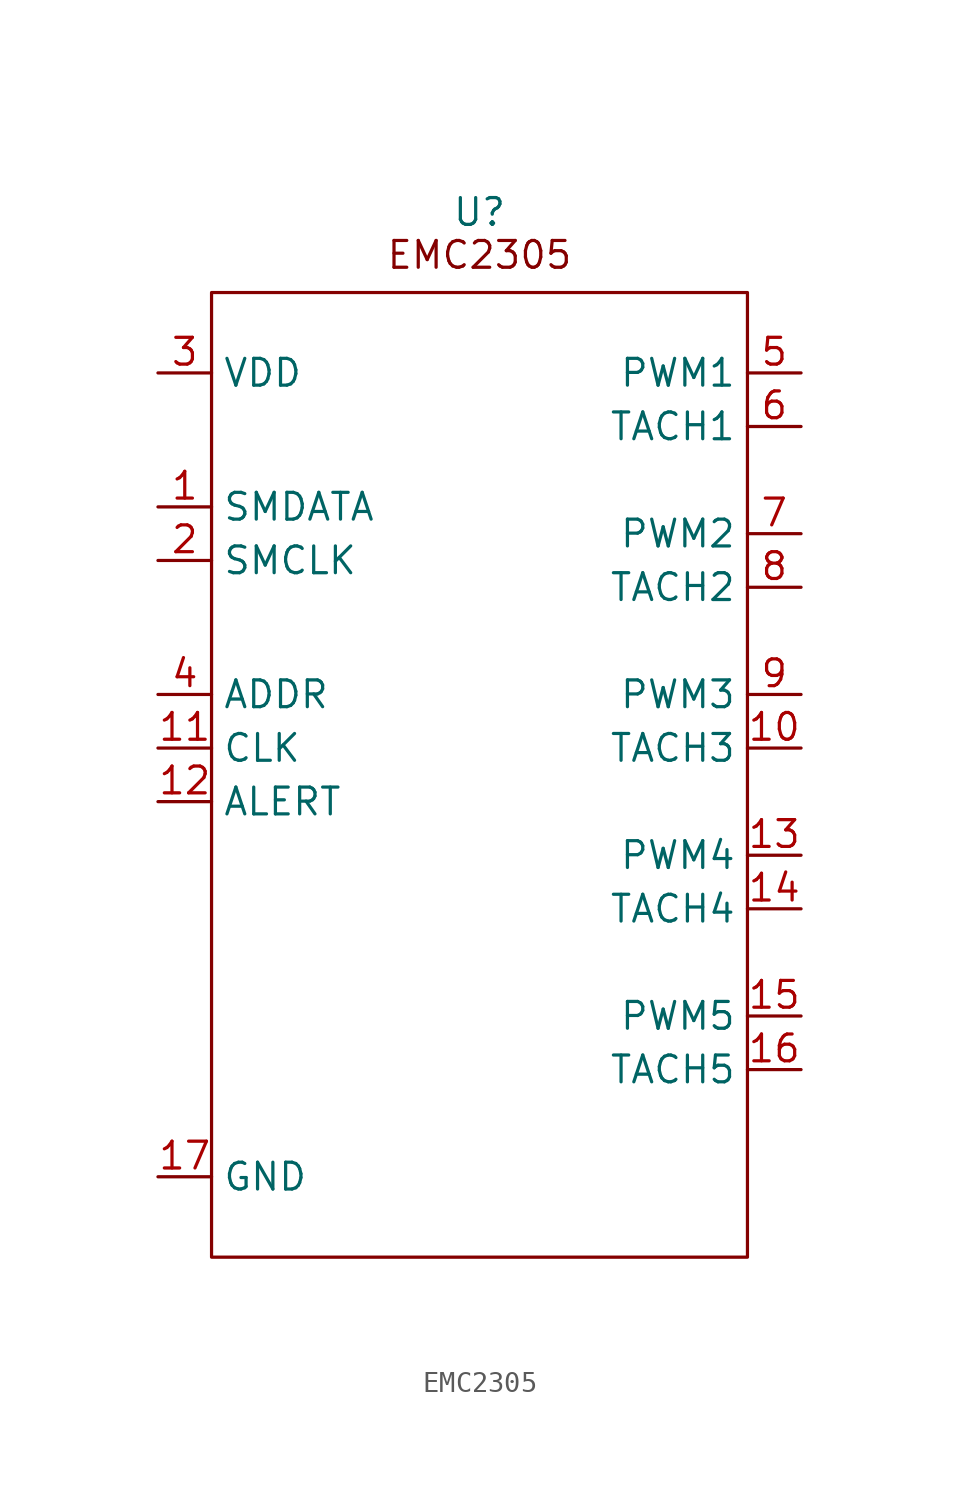
<source format=kicad_sym>
(kicad_symbol_lib
  (version 20231120)
  (generator "kicad_symbol_editor")
  (generator_version "8.0")
  (symbol "EMC2305"
    (property "Reference" "U"
      (at 0 11.43 0)
      (effects (font (size 1.27 1.27))))
    (property "Value" ""
      (at 0 0 0)
      (effects (font (size 1.27 1.27))))
    (symbol "EMC2305_0_1"
      (rectangle (start -12.7 7.62) (end 12.7 -38.1) (stroke (width 0) (type default)) (fill (type none))))
    (symbol "EMC2305_1_1"
      (text "EMC2305" (at 0 9.398 0) (effects (font (size 1.27 1.27))))
      (pin bidirectional line (at -15.24 -2.54 0) (length 2.54) (name "SMDATA" (effects (font (size 1.27 1.27)))) (number "1" (effects (font (size 1.27 1.27)))))
      (pin input line (at 15.24 -13.97 180) (length 2.54) (name "TACH3" (effects (font (size 1.27 1.27)))) (number "10" (effects (font (size 1.27 1.27)))))
      (pin output line (at -15.24 -13.97 0) (length 2.54) (name "CLK" (effects (font (size 1.27 1.27)))) (number "11" (effects (font (size 1.27 1.27)))))
      (pin output line (at -15.24 -16.51 0) (length 2.54) (name "ALERT" (effects (font (size 1.27 1.27)))) (number "12" (effects (font (size 1.27 1.27)))))
      (pin output line (at 15.24 -19.05 180) (length 2.54) (name "PWM4" (effects (font (size 1.27 1.27)))) (number "13" (effects (font (size 1.27 1.27)))))
      (pin input line (at 15.24 -21.59 180) (length 2.54) (name "TACH4" (effects (font (size 1.27 1.27)))) (number "14" (effects (font (size 1.27 1.27)))))
      (pin output line (at 15.24 -26.67 180) (length 2.54) (name "PWM5" (effects (font (size 1.27 1.27)))) (number "15" (effects (font (size 1.27 1.27)))))
      (pin input line (at 15.24 -29.21 180) (length 2.54) (name "TACH5" (effects (font (size 1.27 1.27)))) (number "16" (effects (font (size 1.27 1.27)))))
      (pin output line (at -15.24 -34.29 0) (length 2.54) (name "GND" (effects (font (size 1.27 1.27)))) (number "17" (effects (font (size 1.27 1.27)))))
      (pin input line (at -15.24 -5.08 0) (length 2.54) (name "SMCLK" (effects (font (size 1.27 1.27)))) (number "2" (effects (font (size 1.27 1.27)))))
      (pin input line (at -15.24 3.81 0) (length 2.54) (name "VDD" (effects (font (size 1.27 1.27)))) (number "3" (effects (font (size 1.27 1.27)))))
      (pin input line (at -15.24 -11.43 0) (length 2.54) (name "ADDR" (effects (font (size 1.27 1.27)))) (number "4" (effects (font (size 1.27 1.27)))))
      (pin output line (at 15.24 3.81 180) (length 2.54) (name "PWM1" (effects (font (size 1.27 1.27)))) (number "5" (effects (font (size 1.27 1.27)))))
      (pin input line (at 15.24 1.27 180) (length 2.54) (name "TACH1" (effects (font (size 1.27 1.27)))) (number "6" (effects (font (size 1.27 1.27)))))
      (pin output line (at 15.24 -3.81 180) (length 2.54) (name "PWM2" (effects (font (size 1.27 1.27)))) (number "7" (effects (font (size 1.27 1.27)))))
      (pin input line (at 15.24 -6.35 180) (length 2.54) (name "TACH2" (effects (font (size 1.27 1.27)))) (number "8" (effects (font (size 1.27 1.27)))))
      (pin output line (at 15.24 -11.43 180) (length 2.54) (name "PWM3" (effects (font (size 1.27 1.27)))) (number "9" (effects (font (size 1.27 1.27))))))))
</source>
